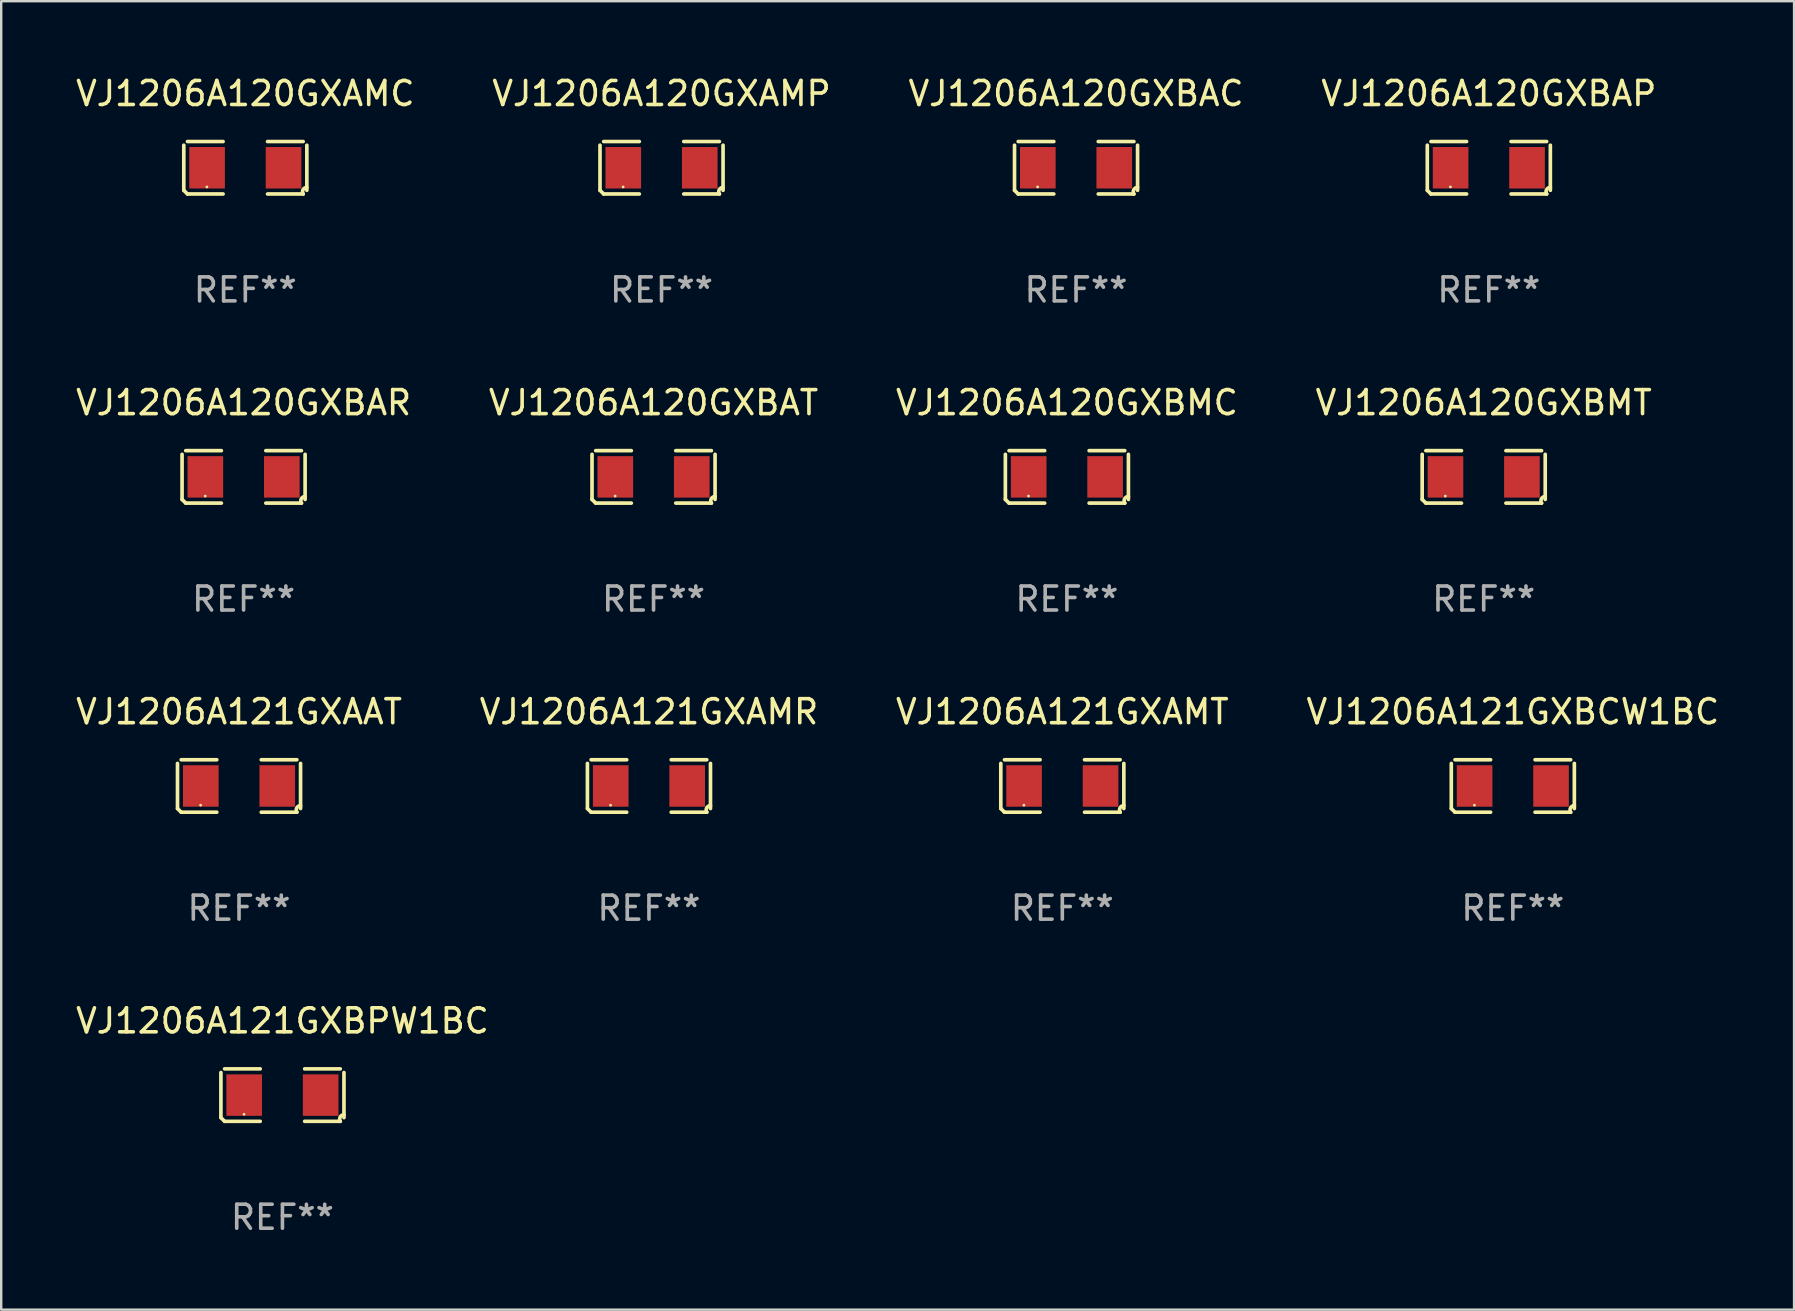
<source format=kicad_pcb>
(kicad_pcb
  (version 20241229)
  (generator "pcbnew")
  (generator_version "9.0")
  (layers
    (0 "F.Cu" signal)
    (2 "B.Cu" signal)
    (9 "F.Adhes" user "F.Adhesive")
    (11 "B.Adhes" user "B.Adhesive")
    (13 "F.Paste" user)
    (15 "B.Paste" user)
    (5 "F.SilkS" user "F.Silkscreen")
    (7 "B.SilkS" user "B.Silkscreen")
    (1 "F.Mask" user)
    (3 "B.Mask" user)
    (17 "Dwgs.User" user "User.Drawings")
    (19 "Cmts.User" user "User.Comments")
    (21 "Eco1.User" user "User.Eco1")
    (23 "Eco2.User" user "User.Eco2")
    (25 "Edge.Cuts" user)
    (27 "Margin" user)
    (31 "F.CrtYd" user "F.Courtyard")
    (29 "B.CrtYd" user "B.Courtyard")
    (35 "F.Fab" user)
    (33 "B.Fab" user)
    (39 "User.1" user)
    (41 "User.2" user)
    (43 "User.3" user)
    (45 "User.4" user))
  (footprint "VJ1206A120GXBMT"
    (layer "F.Cu")
    (at 58.78 16.823)
    (property "Reference" "VJ1206A120GXBMT" (at 0 -3.093 0) (layer "F.SilkS") (effects (font (size 1 1) (thickness 0.15))))
    (attr through_hole)
    (fp_line (start -2.564 0.94) (end -2.564 -0.94) (stroke (width 0.152) (type solid)) (layer "F.SilkS"))
    (fp_line (start -2.411 -1.093) (end -0.926 -1.093) (stroke (width 0.152) (type solid)) (layer "F.SilkS"))
    (fp_line (start -0.926 1.093) (end -2.411 1.093) (stroke (width 0.152) (type solid)) (layer "F.SilkS"))
    (fp_line (start 0.926 1.093) (end 2.411 1.093) (stroke (width 0.152) (type solid)) (layer "F.SilkS"))
    (fp_line (start 2.411 -1.093) (end 0.926 -1.093) (stroke (width 0.152) (type solid)) (layer "F.SilkS"))
    (fp_line (start 2.564 0.94) (end 2.564 -0.94) (stroke (width 0.152) (type solid)) (layer "F.SilkS"))
    (fp_arc (start -2.411201 1.092609) (mid -2.487413 1.01642) (end -2.563602 0.940208) (stroke (width 0.1524) (type solid)) (layer "F.SilkS"))
    (fp_arc (start 2.411201 1.092609) (mid 2.407159 0.911226) (end 2.563602 0.819347) (stroke (width 0.1524) (type solid)) (layer "F.SilkS"))
    (fp_circle (center -1.6 0.8) (end -1.57 0.8) (stroke (width 0.06) (type solid)) (fill no) (layer "F.SilkS"))
    (fp_text user "REF**" (at 0 5.093 0) (layer "F.Fab") (effects (font (size 1 1) (thickness 0.15))))
    (pad "1" smd rect (at -1.593 0) (size 1.485 1.728) (layers "F.Cu" "F.Mask" "F.Paste"))
    (pad "2" smd rect (at 1.593 0) (size 1.485 1.728) (layers "F.Cu" "F.Mask" "F.Paste")))
  (footprint "VJ1206A120GXBAT"
    (layer "F.Cu")
    (at 24.185 16.823)
    (property "Reference" "VJ1206A120GXBAT" (at 0 -3.093 0) (layer "F.SilkS") (effects (font (size 1 1) (thickness 0.15))))
    (attr through_hole)
    (fp_line (start -2.564 0.94) (end -2.564 -0.94) (stroke (width 0.152) (type solid)) (layer "F.SilkS"))
    (fp_line (start -2.411 -1.093) (end -0.926 -1.093) (stroke (width 0.152) (type solid)) (layer "F.SilkS"))
    (fp_line (start -0.926 1.093) (end -2.411 1.093) (stroke (width 0.152) (type solid)) (layer "F.SilkS"))
    (fp_line (start 0.926 1.093) (end 2.411 1.093) (stroke (width 0.152) (type solid)) (layer "F.SilkS"))
    (fp_line (start 2.411 -1.093) (end 0.926 -1.093) (stroke (width 0.152) (type solid)) (layer "F.SilkS"))
    (fp_line (start 2.564 0.94) (end 2.564 -0.94) (stroke (width 0.152) (type solid)) (layer "F.SilkS"))
    (fp_arc (start -2.411201 1.092609) (mid -2.487413 1.01642) (end -2.563602 0.940208) (stroke (width 0.1524) (type solid)) (layer "F.SilkS"))
    (fp_arc (start 2.411201 1.092609) (mid 2.407159 0.911226) (end 2.563602 0.819347) (stroke (width 0.1524) (type solid)) (layer "F.SilkS"))
    (fp_circle (center -1.6 0.8) (end -1.57 0.8) (stroke (width 0.06) (type solid)) (fill no) (layer "F.SilkS"))
    (fp_text user "REF**" (at 0 5.093 0) (layer "F.Fab") (effects (font (size 1 1) (thickness 0.15))))
    (pad "1" smd rect (at -1.593 0) (size 1.485 1.728) (layers "F.Cu" "F.Mask" "F.Paste"))
    (pad "2" smd rect (at 1.593 0) (size 1.485 1.728) (layers "F.Cu" "F.Mask" "F.Paste")))
  (footprint "VJ1206A121GXBCW1BC"
    (layer "F.Cu")
    (at 59.994 29.704)
    (property "Reference" "VJ1206A121GXBCW1BC" (at 0 -3.093 0) (layer "F.SilkS") (effects (font (size 1 1) (thickness 0.15))))
    (attr through_hole)
    (fp_line (start -2.564 0.94) (end -2.564 -0.94) (stroke (width 0.152) (type solid)) (layer "F.SilkS"))
    (fp_line (start -2.411 -1.093) (end -0.926 -1.093) (stroke (width 0.152) (type solid)) (layer "F.SilkS"))
    (fp_line (start -0.926 1.093) (end -2.411 1.093) (stroke (width 0.152) (type solid)) (layer "F.SilkS"))
    (fp_line (start 0.926 1.093) (end 2.411 1.093) (stroke (width 0.152) (type solid)) (layer "F.SilkS"))
    (fp_line (start 2.411 -1.093) (end 0.926 -1.093) (stroke (width 0.152) (type solid)) (layer "F.SilkS"))
    (fp_line (start 2.564 0.94) (end 2.564 -0.94) (stroke (width 0.152) (type solid)) (layer "F.SilkS"))
    (fp_arc (start -2.411201 1.092609) (mid -2.487413 1.01642) (end -2.563602 0.940208) (stroke (width 0.1524) (type solid)) (layer "F.SilkS"))
    (fp_arc (start 2.411201 1.092609) (mid 2.407159 0.911226) (end 2.563602 0.819347) (stroke (width 0.1524) (type solid)) (layer "F.SilkS"))
    (fp_circle (center -1.6 0.8) (end -1.57 0.8) (stroke (width 0.06) (type solid)) (fill no) (layer "F.SilkS"))
    (fp_text user "REF**" (at 0 5.093 0) (layer "F.Fab") (effects (font (size 1 1) (thickness 0.15))))
    (pad "1" smd rect (at -1.593 0) (size 1.485 1.728) (layers "F.Cu" "F.Mask" "F.Paste"))
    (pad "2" smd rect (at 1.593 0) (size 1.485 1.728) (layers "F.Cu" "F.Mask" "F.Paste")))
  (footprint "VJ1206A121GXAMR"
    (layer "F.Cu")
    (at 23.994 29.704)
    (property "Reference" "VJ1206A121GXAMR" (at 0 -3.093 0) (layer "F.SilkS") (effects (font (size 1 1) (thickness 0.15))))
    (attr through_hole)
    (fp_line (start -2.564 0.94) (end -2.564 -0.94) (stroke (width 0.152) (type solid)) (layer "F.SilkS"))
    (fp_line (start -2.411 -1.093) (end -0.926 -1.093) (stroke (width 0.152) (type solid)) (layer "F.SilkS"))
    (fp_line (start -0.926 1.093) (end -2.411 1.093) (stroke (width 0.152) (type solid)) (layer "F.SilkS"))
    (fp_line (start 0.926 1.093) (end 2.411 1.093) (stroke (width 0.152) (type solid)) (layer "F.SilkS"))
    (fp_line (start 2.411 -1.093) (end 0.926 -1.093) (stroke (width 0.152) (type solid)) (layer "F.SilkS"))
    (fp_line (start 2.564 0.94) (end 2.564 -0.94) (stroke (width 0.152) (type solid)) (layer "F.SilkS"))
    (fp_arc (start -2.411201 1.092609) (mid -2.487413 1.01642) (end -2.563602 0.940208) (stroke (width 0.1524) (type solid)) (layer "F.SilkS"))
    (fp_arc (start 2.411201 1.092609) (mid 2.407159 0.911226) (end 2.563602 0.819347) (stroke (width 0.1524) (type solid)) (layer "F.SilkS"))
    (fp_circle (center -1.6 0.8) (end -1.57 0.8) (stroke (width 0.06) (type solid)) (fill no) (layer "F.SilkS"))
    (fp_text user "REF**" (at 0 5.093 0) (layer "F.Fab") (effects (font (size 1 1) (thickness 0.15))))
    (pad "1" smd rect (at -1.593 0) (size 1.485 1.728) (layers "F.Cu" "F.Mask" "F.Paste"))
    (pad "2" smd rect (at 1.593 0) (size 1.485 1.728) (layers "F.Cu" "F.Mask" "F.Paste")))
  (footprint "VJ1206A121GXAAT"
    (layer "F.Cu")
    (at 6.911 29.704)
    (property "Reference" "VJ1206A121GXAAT" (at 0 -3.093 0) (layer "F.SilkS") (effects (font (size 1 1) (thickness 0.15))))
    (attr through_hole)
    (fp_line (start -2.564 0.94) (end -2.564 -0.94) (stroke (width 0.152) (type solid)) (layer "F.SilkS"))
    (fp_line (start -2.411 -1.093) (end -0.926 -1.093) (stroke (width 0.152) (type solid)) (layer "F.SilkS"))
    (fp_line (start -0.926 1.093) (end -2.411 1.093) (stroke (width 0.152) (type solid)) (layer "F.SilkS"))
    (fp_line (start 0.926 1.093) (end 2.411 1.093) (stroke (width 0.152) (type solid)) (layer "F.SilkS"))
    (fp_line (start 2.411 -1.093) (end 0.926 -1.093) (stroke (width 0.152) (type solid)) (layer "F.SilkS"))
    (fp_line (start 2.564 0.94) (end 2.564 -0.94) (stroke (width 0.152) (type solid)) (layer "F.SilkS"))
    (fp_arc (start -2.411201 1.092609) (mid -2.487413 1.01642) (end -2.563602 0.940208) (stroke (width 0.1524) (type solid)) (layer "F.SilkS"))
    (fp_arc (start 2.411201 1.092609) (mid 2.407159 0.911226) (end 2.563602 0.819347) (stroke (width 0.1524) (type solid)) (layer "F.SilkS"))
    (fp_circle (center -1.6 0.8) (end -1.57 0.8) (stroke (width 0.06) (type solid)) (fill no) (layer "F.SilkS"))
    (fp_text user "REF**" (at 0 5.093 0) (layer "F.Fab") (effects (font (size 1 1) (thickness 0.15))))
    (pad "1" smd rect (at -1.593 0) (size 1.485 1.728) (layers "F.Cu" "F.Mask" "F.Paste"))
    (pad "2" smd rect (at 1.593 0) (size 1.485 1.728) (layers "F.Cu" "F.Mask" "F.Paste")))
  (footprint "VJ1206A121GXAMT"
    (layer "F.Cu")
    (at 41.22 29.704)
    (property "Reference" "VJ1206A121GXAMT" (at 0 -3.093 0) (layer "F.SilkS") (effects (font (size 1 1) (thickness 0.15))))
    (attr through_hole)
    (fp_line (start -2.564 0.94) (end -2.564 -0.94) (stroke (width 0.152) (type solid)) (layer "F.SilkS"))
    (fp_line (start -2.411 -1.093) (end -0.926 -1.093) (stroke (width 0.152) (type solid)) (layer "F.SilkS"))
    (fp_line (start -0.926 1.093) (end -2.411 1.093) (stroke (width 0.152) (type solid)) (layer "F.SilkS"))
    (fp_line (start 0.926 1.093) (end 2.411 1.093) (stroke (width 0.152) (type solid)) (layer "F.SilkS"))
    (fp_line (start 2.411 -1.093) (end 0.926 -1.093) (stroke (width 0.152) (type solid)) (layer "F.SilkS"))
    (fp_line (start 2.564 0.94) (end 2.564 -0.94) (stroke (width 0.152) (type solid)) (layer "F.SilkS"))
    (fp_arc (start -2.411201 1.092609) (mid -2.487413 1.01642) (end -2.563602 0.940208) (stroke (width 0.1524) (type solid)) (layer "F.SilkS"))
    (fp_arc (start 2.411201 1.092609) (mid 2.407159 0.911226) (end 2.563602 0.819347) (stroke (width 0.1524) (type solid)) (layer "F.SilkS"))
    (fp_circle (center -1.6 0.8) (end -1.57 0.8) (stroke (width 0.06) (type solid)) (fill no) (layer "F.SilkS"))
    (fp_text user "REF**" (at 0 5.093 0) (layer "F.Fab") (effects (font (size 1 1) (thickness 0.15))))
    (pad "1" smd rect (at -1.593 0) (size 1.485 1.728) (layers "F.Cu" "F.Mask" "F.Paste"))
    (pad "2" smd rect (at 1.593 0) (size 1.485 1.728) (layers "F.Cu" "F.Mask" "F.Paste")))
  (footprint "VJ1206A120GXBAR"
    (layer "F.Cu")
    (at 7.101 16.823)
    (property "Reference" "VJ1206A120GXBAR" (at 0 -3.093 0) (layer "F.SilkS") (effects (font (size 1 1) (thickness 0.15))))
    (attr through_hole)
    (fp_line (start -2.564 0.94) (end -2.564 -0.94) (stroke (width 0.152) (type solid)) (layer "F.SilkS"))
    (fp_line (start -2.411 -1.093) (end -0.926 -1.093) (stroke (width 0.152) (type solid)) (layer "F.SilkS"))
    (fp_line (start -0.926 1.093) (end -2.411 1.093) (stroke (width 0.152) (type solid)) (layer "F.SilkS"))
    (fp_line (start 0.926 1.093) (end 2.411 1.093) (stroke (width 0.152) (type solid)) (layer "F.SilkS"))
    (fp_line (start 2.411 -1.093) (end 0.926 -1.093) (stroke (width 0.152) (type solid)) (layer "F.SilkS"))
    (fp_line (start 2.564 0.94) (end 2.564 -0.94) (stroke (width 0.152) (type solid)) (layer "F.SilkS"))
    (fp_arc (start -2.411201 1.092609) (mid -2.487413 1.01642) (end -2.563602 0.940208) (stroke (width 0.1524) (type solid)) (layer "F.SilkS"))
    (fp_arc (start 2.411201 1.092609) (mid 2.407159 0.911226) (end 2.563602 0.819347) (stroke (width 0.1524) (type solid)) (layer "F.SilkS"))
    (fp_circle (center -1.6 0.8) (end -1.57 0.8) (stroke (width 0.06) (type solid)) (fill no) (layer "F.SilkS"))
    (fp_text user "REF**" (at 0 5.093 0) (layer "F.Fab") (effects (font (size 1 1) (thickness 0.15))))
    (pad "1" smd rect (at -1.593 0) (size 1.485 1.728) (layers "F.Cu" "F.Mask" "F.Paste"))
    (pad "2" smd rect (at 1.593 0) (size 1.485 1.728) (layers "F.Cu" "F.Mask" "F.Paste")))
  (footprint "VJ1206A120GXBMC"
    (layer "F.Cu")
    (at 41.411 16.823)
    (property "Reference" "VJ1206A120GXBMC" (at 0 -3.093 0) (layer "F.SilkS") (effects (font (size 1 1) (thickness 0.15))))
    (attr through_hole)
    (fp_line (start -2.564 0.94) (end -2.564 -0.94) (stroke (width 0.152) (type solid)) (layer "F.SilkS"))
    (fp_line (start -2.411 -1.093) (end -0.926 -1.093) (stroke (width 0.152) (type solid)) (layer "F.SilkS"))
    (fp_line (start -0.926 1.093) (end -2.411 1.093) (stroke (width 0.152) (type solid)) (layer "F.SilkS"))
    (fp_line (start 0.926 1.093) (end 2.411 1.093) (stroke (width 0.152) (type solid)) (layer "F.SilkS"))
    (fp_line (start 2.411 -1.093) (end 0.926 -1.093) (stroke (width 0.152) (type solid)) (layer "F.SilkS"))
    (fp_line (start 2.564 0.94) (end 2.564 -0.94) (stroke (width 0.152) (type solid)) (layer "F.SilkS"))
    (fp_arc (start -2.411201 1.092609) (mid -2.487413 1.01642) (end -2.563602 0.940208) (stroke (width 0.1524) (type solid)) (layer "F.SilkS"))
    (fp_arc (start 2.411201 1.092609) (mid 2.407159 0.911226) (end 2.563602 0.819347) (stroke (width 0.1524) (type solid)) (layer "F.SilkS"))
    (fp_circle (center -1.6 0.8) (end -1.57 0.8) (stroke (width 0.06) (type solid)) (fill no) (layer "F.SilkS"))
    (fp_text user "REF**" (at 0 5.093 0) (layer "F.Fab") (effects (font (size 1 1) (thickness 0.15))))
    (pad "1" smd rect (at -1.593 0) (size 1.485 1.728) (layers "F.Cu" "F.Mask" "F.Paste"))
    (pad "2" smd rect (at 1.593 0) (size 1.485 1.728) (layers "F.Cu" "F.Mask" "F.Paste")))
  (footprint "VJ1206A121GXBPW1BC"
    (layer "F.Cu")
    (at 8.72 42.586)
    (property "Reference" "VJ1206A121GXBPW1BC" (at 0 -3.093 0) (layer "F.SilkS") (effects (font (size 1 1) (thickness 0.15))))
    (attr through_hole)
    (fp_line (start -2.564 0.94) (end -2.564 -0.94) (stroke (width 0.152) (type solid)) (layer "F.SilkS"))
    (fp_line (start -2.411 -1.093) (end -0.926 -1.093) (stroke (width 0.152) (type solid)) (layer "F.SilkS"))
    (fp_line (start -0.926 1.093) (end -2.411 1.093) (stroke (width 0.152) (type solid)) (layer "F.SilkS"))
    (fp_line (start 0.926 1.093) (end 2.411 1.093) (stroke (width 0.152) (type solid)) (layer "F.SilkS"))
    (fp_line (start 2.411 -1.093) (end 0.926 -1.093) (stroke (width 0.152) (type solid)) (layer "F.SilkS"))
    (fp_line (start 2.564 0.94) (end 2.564 -0.94) (stroke (width 0.152) (type solid)) (layer "F.SilkS"))
    (fp_arc (start -2.411201 1.092609) (mid -2.487413 1.01642) (end -2.563602 0.940208) (stroke (width 0.1524) (type solid)) (layer "F.SilkS"))
    (fp_arc (start 2.411201 1.092609) (mid 2.407159 0.911226) (end 2.563602 0.819347) (stroke (width 0.1524) (type solid)) (layer "F.SilkS"))
    (fp_circle (center -1.6 0.8) (end -1.57 0.8) (stroke (width 0.06) (type solid)) (fill no) (layer "F.SilkS"))
    (fp_text user "REF**" (at 0 5.093 0) (layer "F.Fab") (effects (font (size 1 1) (thickness 0.15))))
    (pad "1" smd rect (at -1.593 0) (size 1.485 1.728) (layers "F.Cu" "F.Mask" "F.Paste"))
    (pad "2" smd rect (at 1.593 0) (size 1.485 1.728) (layers "F.Cu" "F.Mask" "F.Paste")))
  (footprint "VJ1206A120GXAMC"
    (layer "F.Cu")
    (at 7.173 3.941)
    (property "Reference" "VJ1206A120GXAMC" (at 0 -3.093 0) (layer "F.SilkS") (effects (font (size 1 1) (thickness 0.15))))
    (attr through_hole)
    (fp_line (start -2.564 0.94) (end -2.564 -0.94) (stroke (width 0.152) (type solid)) (layer "F.SilkS"))
    (fp_line (start -2.411 -1.093) (end -0.926 -1.093) (stroke (width 0.152) (type solid)) (layer "F.SilkS"))
    (fp_line (start -0.926 1.093) (end -2.411 1.093) (stroke (width 0.152) (type solid)) (layer "F.SilkS"))
    (fp_line (start 0.926 1.093) (end 2.411 1.093) (stroke (width 0.152) (type solid)) (layer "F.SilkS"))
    (fp_line (start 2.411 -1.093) (end 0.926 -1.093) (stroke (width 0.152) (type solid)) (layer "F.SilkS"))
    (fp_line (start 2.564 0.94) (end 2.564 -0.94) (stroke (width 0.152) (type solid)) (layer "F.SilkS"))
    (fp_arc (start -2.411201 1.092609) (mid -2.487413 1.01642) (end -2.563602 0.940208) (stroke (width 0.1524) (type solid)) (layer "F.SilkS"))
    (fp_arc (start 2.411201 1.092609) (mid 2.407159 0.911226) (end 2.563602 0.819347) (stroke (width 0.1524) (type solid)) (layer "F.SilkS"))
    (fp_circle (center -1.6 0.8) (end -1.57 0.8) (stroke (width 0.06) (type solid)) (fill no) (layer "F.SilkS"))
    (fp_text user "REF**" (at 0 5.093 0) (layer "F.Fab") (effects (font (size 1 1) (thickness 0.15))))
    (pad "1" smd rect (at -1.593 0) (size 1.485 1.728) (layers "F.Cu" "F.Mask" "F.Paste"))
    (pad "2" smd rect (at 1.593 0) (size 1.485 1.728) (layers "F.Cu" "F.Mask" "F.Paste")))
  (footprint "VJ1206A120GXAMP"
    (layer "F.Cu")
    (at 24.518 3.941)
    (property "Reference" "VJ1206A120GXAMP" (at 0 -3.093 0) (layer "F.SilkS") (effects (font (size 1 1) (thickness 0.15))))
    (attr through_hole)
    (fp_line (start -2.564 0.94) (end -2.564 -0.94) (stroke (width 0.152) (type solid)) (layer "F.SilkS"))
    (fp_line (start -2.411 -1.093) (end -0.926 -1.093) (stroke (width 0.152) (type solid)) (layer "F.SilkS"))
    (fp_line (start -0.926 1.093) (end -2.411 1.093) (stroke (width 0.152) (type solid)) (layer "F.SilkS"))
    (fp_line (start 0.926 1.093) (end 2.411 1.093) (stroke (width 0.152) (type solid)) (layer "F.SilkS"))
    (fp_line (start 2.411 -1.093) (end 0.926 -1.093) (stroke (width 0.152) (type solid)) (layer "F.SilkS"))
    (fp_line (start 2.564 0.94) (end 2.564 -0.94) (stroke (width 0.152) (type solid)) (layer "F.SilkS"))
    (fp_arc (start -2.411201 1.092609) (mid -2.487413 1.01642) (end -2.563602 0.940208) (stroke (width 0.1524) (type solid)) (layer "F.SilkS"))
    (fp_arc (start 2.411201 1.092609) (mid 2.407159 0.911226) (end 2.563602 0.819347) (stroke (width 0.1524) (type solid)) (layer "F.SilkS"))
    (fp_circle (center -1.6 0.8) (end -1.57 0.8) (stroke (width 0.06) (type solid)) (fill no) (layer "F.SilkS"))
    (fp_text user "REF**" (at 0 5.093 0) (layer "F.Fab") (effects (font (size 1 1) (thickness 0.15))))
    (pad "1" smd rect (at -1.593 0) (size 1.485 1.728) (layers "F.Cu" "F.Mask" "F.Paste"))
    (pad "2" smd rect (at 1.593 0) (size 1.485 1.728) (layers "F.Cu" "F.Mask" "F.Paste")))
  (footprint "VJ1206A120GXBAP"
    (layer "F.Cu")
    (at 58.994 3.941)
    (property "Reference" "VJ1206A120GXBAP" (at 0 -3.093 0) (layer "F.SilkS") (effects (font (size 1 1) (thickness 0.15))))
    (attr through_hole)
    (fp_line (start -2.564 0.94) (end -2.564 -0.94) (stroke (width 0.152) (type solid)) (layer "F.SilkS"))
    (fp_line (start -2.411 -1.093) (end -0.926 -1.093) (stroke (width 0.152) (type solid)) (layer "F.SilkS"))
    (fp_line (start -0.926 1.093) (end -2.411 1.093) (stroke (width 0.152) (type solid)) (layer "F.SilkS"))
    (fp_line (start 0.926 1.093) (end 2.411 1.093) (stroke (width 0.152) (type solid)) (layer "F.SilkS"))
    (fp_line (start 2.411 -1.093) (end 0.926 -1.093) (stroke (width 0.152) (type solid)) (layer "F.SilkS"))
    (fp_line (start 2.564 0.94) (end 2.564 -0.94) (stroke (width 0.152) (type solid)) (layer "F.SilkS"))
    (fp_arc (start -2.411201 1.092609) (mid -2.487413 1.01642) (end -2.563602 0.940208) (stroke (width 0.1524) (type solid)) (layer "F.SilkS"))
    (fp_arc (start 2.411201 1.092609) (mid 2.407159 0.911226) (end 2.563602 0.819347) (stroke (width 0.1524) (type solid)) (layer "F.SilkS"))
    (fp_circle (center -1.6 0.8) (end -1.57 0.8) (stroke (width 0.06) (type solid)) (fill no) (layer "F.SilkS"))
    (fp_text user "REF**" (at 0 5.093 0) (layer "F.Fab") (effects (font (size 1 1) (thickness 0.15))))
    (pad "1" smd rect (at -1.593 0) (size 1.485 1.728) (layers "F.Cu" "F.Mask" "F.Paste"))
    (pad "2" smd rect (at 1.593 0) (size 1.485 1.728) (layers "F.Cu" "F.Mask" "F.Paste")))
  (footprint "VJ1206A120GXBAC"
    (layer "F.Cu")
    (at 41.792 3.941)
    (property "Reference" "VJ1206A120GXBAC" (at 0 -3.093 0) (layer "F.SilkS") (effects (font (size 1 1) (thickness 0.15))))
    (attr through_hole)
    (fp_line (start -2.564 0.94) (end -2.564 -0.94) (stroke (width 0.152) (type solid)) (layer "F.SilkS"))
    (fp_line (start -2.411 -1.093) (end -0.926 -1.093) (stroke (width 0.152) (type solid)) (layer "F.SilkS"))
    (fp_line (start -0.926 1.093) (end -2.411 1.093) (stroke (width 0.152) (type solid)) (layer "F.SilkS"))
    (fp_line (start 0.926 1.093) (end 2.411 1.093) (stroke (width 0.152) (type solid)) (layer "F.SilkS"))
    (fp_line (start 2.411 -1.093) (end 0.926 -1.093) (stroke (width 0.152) (type solid)) (layer "F.SilkS"))
    (fp_line (start 2.564 0.94) (end 2.564 -0.94) (stroke (width 0.152) (type solid)) (layer "F.SilkS"))
    (fp_arc (start -2.411201 1.092609) (mid -2.487413 1.01642) (end -2.563602 0.940208) (stroke (width 0.1524) (type solid)) (layer "F.SilkS"))
    (fp_arc (start 2.411201 1.092609) (mid 2.407159 0.911226) (end 2.563602 0.819347) (stroke (width 0.1524) (type solid)) (layer "F.SilkS"))
    (fp_circle (center -1.6 0.8) (end -1.57 0.8) (stroke (width 0.06) (type solid)) (fill no) (layer "F.SilkS"))
    (fp_text user "REF**" (at 0 5.093 0) (layer "F.Fab") (effects (font (size 1 1) (thickness 0.15))))
    (pad "1" smd rect (at -1.593 0) (size 1.485 1.728) (layers "F.Cu" "F.Mask" "F.Paste"))
    (pad "2" smd rect (at 1.593 0) (size 1.485 1.728) (layers "F.Cu" "F.Mask" "F.Paste")))
  (gr_rect
    (start -3 -3)
    (end 71.714 51.527)
    (stroke (width 0.1) (type default))
    (fill no)
    (layer "Edge.Cuts")))
</source>
